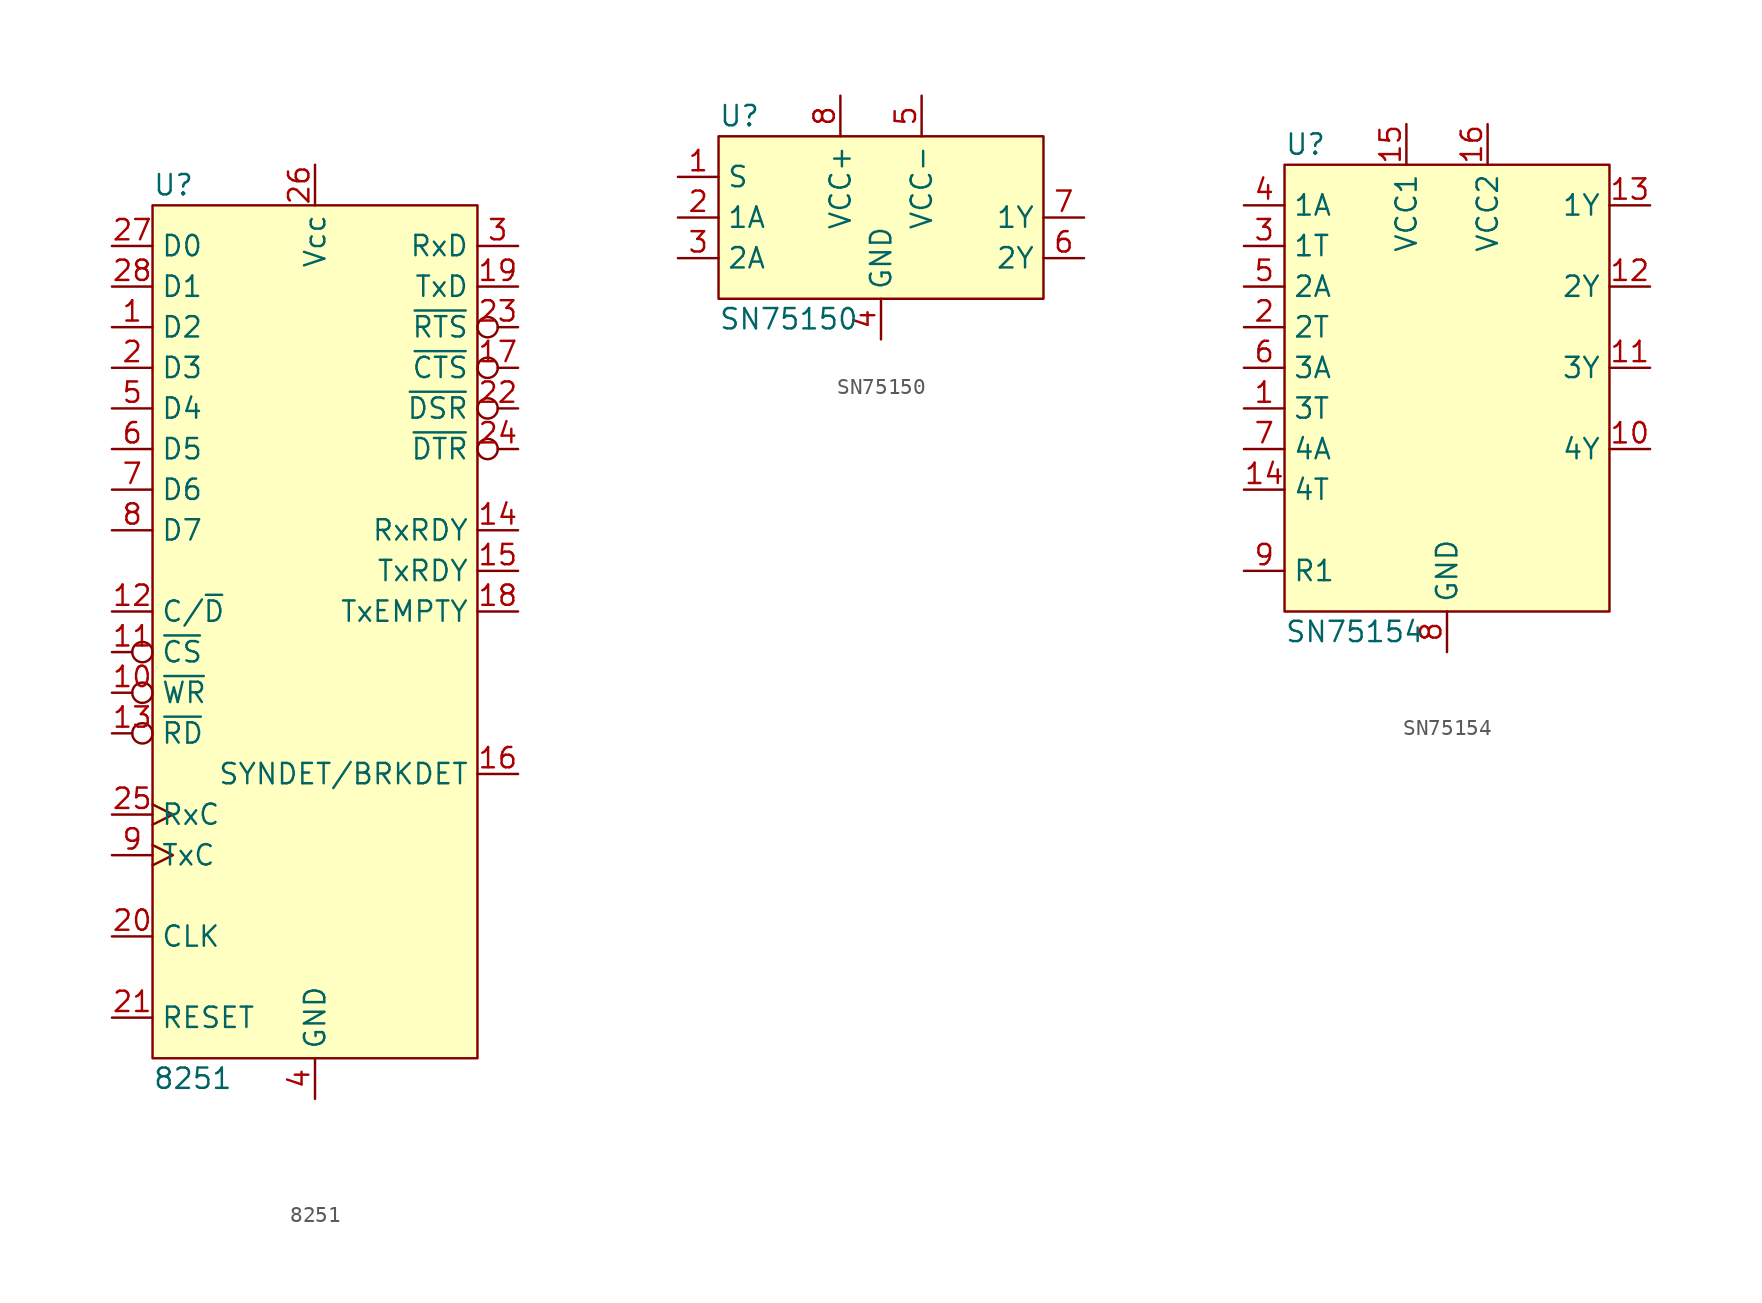
<source format=kicad_sym>
(kicad_symbol_lib
  (version 20220914)
  (generator kicad_symbol_editor)
  (symbol "8251"
    (property "Reference" "U"
      (at -10.16 1.27 0)
      (do_not_autoplace)
      (effects (font (size 1.27 1.27)) (justify left)))
    (property "Value" "8251"
      (at -10.16 -54.61 0)
      (do_not_autoplace)
      (effects (font (size 1.27 1.27)) (justify left)))
    (symbol "8251_0_0"
      (pin tri_state line (at -12.7 -7.62 0) (length 2.54) (name "D2" (effects (font (size 1.27 1.27)))) (number "1" (effects (font (size 1.27 1.27)))))
      (pin input inverted (at -12.7 -30.48 0) (length 2.54) (name "~{WR}" (effects (font (size 1.27 1.27)))) (number "10" (effects (font (size 1.27 1.27)))))
      (pin input inverted (at -12.7 -27.94 0) (length 2.54) (name "~{CS}" (effects (font (size 1.27 1.27)))) (number "11" (effects (font (size 1.27 1.27)))))
      (pin input inverted (at -12.7 -33.02 0) (length 2.54) (name "~{RD}" (effects (font (size 1.27 1.27)))) (number "13" (effects (font (size 1.27 1.27)))))
      (pin output line (at 12.7 -20.32 180) (length 2.54) (name "RxRDY" (effects (font (size 1.27 1.27)))) (number "14" (effects (font (size 1.27 1.27)))))
      (pin output line (at 12.7 -22.86 180) (length 2.54) (name "TxRDY" (effects (font (size 1.27 1.27)))) (number "15" (effects (font (size 1.27 1.27)))))
      (pin bidirectional line (at 12.7 -35.56 180) (length 2.54) (name "SYNDET/BRKDET" (effects (font (size 1.27 1.27)))) (number "16" (effects (font (size 1.27 1.27)))))
      (pin input inverted (at 12.7 -10.16 180) (length 2.54) (name "~{CTS}" (effects (font (size 1.27 1.27)))) (number "17" (effects (font (size 1.27 1.27)))))
      (pin output line (at 12.7 -25.4 180) (length 2.54) (name "TxEMPTY" (effects (font (size 1.27 1.27)))) (number "18" (effects (font (size 1.27 1.27)))))
      (pin output line (at 12.7 -5.08 180) (length 2.54) (name "TxD" (effects (font (size 1.27 1.27)))) (number "19" (effects (font (size 1.27 1.27)))))
      (pin tri_state line (at -12.7 -10.16 0) (length 2.54) (name "D3" (effects (font (size 1.27 1.27)))) (number "2" (effects (font (size 1.27 1.27)))))
      (pin input line (at -12.7 -45.72 0) (length 2.54) (name "CLK" (effects (font (size 1.27 1.27)))) (number "20" (effects (font (size 1.27 1.27)))))
      (pin input line (at -12.7 -50.8 0) (length 2.54) (name "RESET" (effects (font (size 1.27 1.27)))) (number "21" (effects (font (size 1.27 1.27)))))
      (pin input inverted (at 12.7 -12.7 180) (length 2.54) (name "~{DSR}" (effects (font (size 1.27 1.27)))) (number "22" (effects (font (size 1.27 1.27)))))
      (pin output inverted (at 12.7 -7.62 180) (length 2.54) (name "~{RTS}" (effects (font (size 1.27 1.27)))) (number "23" (effects (font (size 1.27 1.27)))))
      (pin output inverted (at 12.7 -15.24 180) (length 2.54) (name "~{DTR}" (effects (font (size 1.27 1.27)))) (number "24" (effects (font (size 1.27 1.27)))))
      (pin input clock (at -12.7 -38.1 0) (length 2.54) (name "RxC" (effects (font (size 1.27 1.27)))) (number "25" (effects (font (size 1.27 1.27)))))
      (pin power_in line (at 0 2.54 270) (length 2.54) (name "Vcc" (effects (font (size 1.27 1.27)))) (number "26" (effects (font (size 1.27 1.27)))))
      (pin tri_state line (at -12.7 -2.54 0) (length 2.54) (name "D0" (effects (font (size 1.27 1.27)))) (number "27" (effects (font (size 1.27 1.27)))))
      (pin tri_state line (at -12.7 -5.08 0) (length 2.54) (name "D1" (effects (font (size 1.27 1.27)))) (number "28" (effects (font (size 1.27 1.27)))))
      (pin input line (at 12.7 -2.54 180) (length 2.54) (name "RxD" (effects (font (size 1.27 1.27)))) (number "3" (effects (font (size 1.27 1.27)))))
      (pin power_in line (at 0 -55.88 90) (length 2.54) (name "GND" (effects (font (size 1.27 1.27)))) (number "4" (effects (font (size 1.27 1.27)))))
      (pin tri_state line (at -12.7 -12.7 0) (length 2.54) (name "D4" (effects (font (size 1.27 1.27)))) (number "5" (effects (font (size 1.27 1.27)))))
      (pin tri_state line (at -12.7 -15.24 0) (length 2.54) (name "D5" (effects (font (size 1.27 1.27)))) (number "6" (effects (font (size 1.27 1.27)))))
      (pin tri_state line (at -12.7 -17.78 0) (length 2.54) (name "D6" (effects (font (size 1.27 1.27)))) (number "7" (effects (font (size 1.27 1.27)))))
      (pin tri_state line (at -12.7 -20.32 0) (length 2.54) (name "D7" (effects (font (size 1.27 1.27)))) (number "8" (effects (font (size 1.27 1.27)))))
      (pin input clock (at -12.7 -40.64 0) (length 2.54) (name "TxC" (effects (font (size 1.27 1.27)))) (number "9" (effects (font (size 1.27 1.27))))))
    (symbol "8251_1_0"
      (pin input line (at -12.7 -25.4 0) (length 2.54) (name "C/~{D}" (effects (font (size 1.27 1.27)))) (number "12" (effects (font (size 1.27 1.27))))))
    (symbol "8251_1_1"
      (rectangle (start -10.16 0) (end 10.16 -53.34) (stroke (width 0) (type default)) (fill (type background)))))
  (symbol "SN75150"
    (property "Reference" "U"
      (at -10.16 1.27 0)
      (do_not_autoplace)
      (effects (font (size 1.27 1.27)) (justify left)))
    (property "Value" "SN75150"
      (at -10.16 -11.43 0)
      (do_not_autoplace)
      (effects (font (size 1.27 1.27)) (justify left)))
    (symbol "SN75150_1_0"
      (pin input line (at -12.7 -2.54 0) (length 2.54) (name "S" (effects (font (size 1.27 1.27)))) (number "1" (effects (font (size 1.27 1.27)))))
      (pin input line (at -12.7 -5.08 0) (length 2.54) (name "1A" (effects (font (size 1.27 1.27)))) (number "2" (effects (font (size 1.27 1.27)))))
      (pin input line (at -12.7 -7.62 0) (length 2.54) (name "2A" (effects (font (size 1.27 1.27)))) (number "3" (effects (font (size 1.27 1.27)))))
      (pin power_in line (at 0 -12.7 90) (length 2.54) (name "GND" (effects (font (size 1.27 1.27)))) (number "4" (effects (font (size 1.27 1.27)))))
      (pin power_in line (at 2.54 2.54 270) (length 2.54) (name "VCC-" (effects (font (size 1.27 1.27)))) (number "5" (effects (font (size 1.27 1.27)))))
      (pin output line (at 12.7 -7.62 180) (length 2.54) (name "2Y" (effects (font (size 1.27 1.27)))) (number "6" (effects (font (size 1.27 1.27)))))
      (pin output line (at 12.7 -5.08 180) (length 2.54) (name "1Y" (effects (font (size 1.27 1.27)))) (number "7" (effects (font (size 1.27 1.27)))))
      (pin power_in line (at -2.54 2.54 270) (length 2.54) (name "VCC+" (effects (font (size 1.27 1.27)))) (number "8" (effects (font (size 1.27 1.27))))))
    (symbol "SN75150_1_1"
      (rectangle (start -10.16 0) (end 10.16 -10.16) (stroke (width 0) (type default)) (fill (type background)))))
  (symbol "SN75154"
    (property "Reference" "U"
      (at -10.16 1.27 0)
      (do_not_autoplace)
      (effects (font (size 1.27 1.27)) (justify left)))
    (property "Value" "SN75154"
      (at -10.16 -29.21 0)
      (do_not_autoplace)
      (effects (font (size 1.27 1.27)) (justify left)))
    (symbol "SN75154_0_0"
      (pin input line (at -12.7 -15.24 0) (length 2.54) (name "3T" (effects (font (size 1.27 1.27)))) (number "1" (effects (font (size 1.27 1.27)))))
      (pin output line (at 12.7 -17.78 180) (length 2.54) (name "4Y" (effects (font (size 1.27 1.27)))) (number "10" (effects (font (size 1.27 1.27)))))
      (pin output line (at 12.7 -12.7 180) (length 2.54) (name "3Y" (effects (font (size 1.27 1.27)))) (number "11" (effects (font (size 1.27 1.27)))))
      (pin output line (at 12.7 -7.62 180) (length 2.54) (name "2Y" (effects (font (size 1.27 1.27)))) (number "12" (effects (font (size 1.27 1.27)))))
      (pin output line (at 12.7 -2.54 180) (length 2.54) (name "1Y" (effects (font (size 1.27 1.27)))) (number "13" (effects (font (size 1.27 1.27)))))
      (pin input line (at -12.7 -20.32 0) (length 2.54) (name "4T" (effects (font (size 1.27 1.27)))) (number "14" (effects (font (size 1.27 1.27)))))
      (pin power_in line (at -2.54 2.54 270) (length 2.54) (name "VCC1" (effects (font (size 1.27 1.27)))) (number "15" (effects (font (size 1.27 1.27)))))
      (pin power_in line (at 2.54 2.54 270) (length 2.54) (name "VCC2" (effects (font (size 1.27 1.27)))) (number "16" (effects (font (size 1.27 1.27)))))
      (pin input line (at -12.7 -10.16 0) (length 2.54) (name "2T" (effects (font (size 1.27 1.27)))) (number "2" (effects (font (size 1.27 1.27)))))
      (pin input line (at -12.7 -5.08 0) (length 2.54) (name "1T" (effects (font (size 1.27 1.27)))) (number "3" (effects (font (size 1.27 1.27)))))
      (pin input line (at -12.7 -2.54 0) (length 2.54) (name "1A" (effects (font (size 1.27 1.27)))) (number "4" (effects (font (size 1.27 1.27)))))
      (pin input line (at -12.7 -7.62 0) (length 2.54) (name "2A" (effects (font (size 1.27 1.27)))) (number "5" (effects (font (size 1.27 1.27)))))
      (pin input line (at -12.7 -12.7 0) (length 2.54) (name "3A" (effects (font (size 1.27 1.27)))) (number "6" (effects (font (size 1.27 1.27)))))
      (pin input line (at -12.7 -17.78 0) (length 2.54) (name "4A" (effects (font (size 1.27 1.27)))) (number "7" (effects (font (size 1.27 1.27)))))
      (pin power_in line (at 0 -30.48 90) (length 2.54) (name "GND" (effects (font (size 1.27 1.27)))) (number "8" (effects (font (size 1.27 1.27)))))
      (pin input line (at -12.7 -25.4 0) (length 2.54) (name "R1" (effects (font (size 1.27 1.27)))) (number "9" (effects (font (size 1.27 1.27))))))
    (symbol "SN75154_1_1"
      (rectangle (start -10.16 0) (end 10.16 -27.94) (stroke (width 0) (type default)) (fill (type background))))))
</source>
